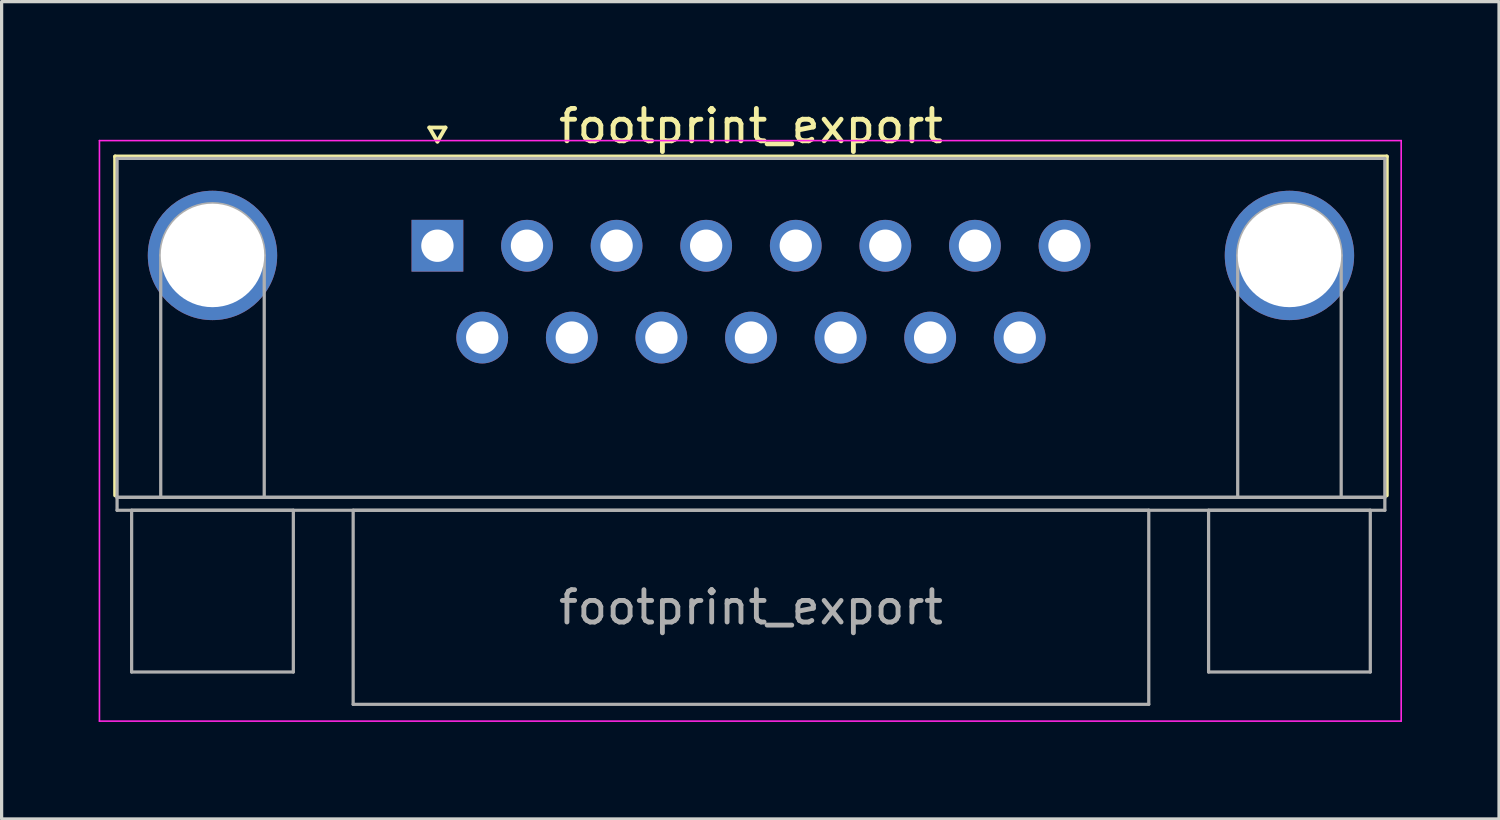
<source format=kicad_pcb>
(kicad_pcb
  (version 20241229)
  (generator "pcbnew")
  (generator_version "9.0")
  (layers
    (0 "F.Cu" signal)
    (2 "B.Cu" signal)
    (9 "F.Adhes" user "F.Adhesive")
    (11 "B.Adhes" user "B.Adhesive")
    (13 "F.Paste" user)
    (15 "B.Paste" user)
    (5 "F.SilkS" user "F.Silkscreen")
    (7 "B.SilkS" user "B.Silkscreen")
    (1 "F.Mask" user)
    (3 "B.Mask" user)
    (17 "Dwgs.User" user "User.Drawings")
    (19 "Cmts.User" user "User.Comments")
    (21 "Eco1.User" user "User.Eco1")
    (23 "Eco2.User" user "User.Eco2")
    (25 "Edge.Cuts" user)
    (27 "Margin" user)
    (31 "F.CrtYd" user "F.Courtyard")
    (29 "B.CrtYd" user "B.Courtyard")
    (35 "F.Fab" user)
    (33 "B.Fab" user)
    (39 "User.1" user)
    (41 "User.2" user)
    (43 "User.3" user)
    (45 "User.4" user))
  (footprint "footprint_export"
    (layer "F.Cu")
    (at 10.475 4.548)
    (property "Reference" "footprint_export" (at 9.695 -3.7 0) (layer "F.SilkS") (effects (font (size 1 1) (thickness 0.15))))
    (attr through_hole)
    (fp_line (start -9.965 -2.76) (end 29.355 -2.76) (stroke (width 0.12) (type solid)) (layer "F.SilkS"))
    (fp_line (start -9.965 7.72) (end -9.965 -2.76) (stroke (width 0.12) (type solid)) (layer "F.SilkS"))
    (fp_line (start -0.25 -3.654) (end 0.25 -3.654) (stroke (width 0.12) (type solid)) (layer "F.SilkS"))
    (fp_line (start 0 -3.221) (end -0.25 -3.654) (stroke (width 0.12) (type solid)) (layer "F.SilkS"))
    (fp_line (start 0.25 -3.654) (end 0 -3.221) (stroke (width 0.12) (type solid)) (layer "F.SilkS"))
    (fp_line (start 29.355 -2.76) (end 29.355 7.72) (stroke (width 0.12) (type solid)) (layer "F.SilkS"))
    (fp_line (start -10.45 -3.25) (end -10.45 14.7) (stroke (width 0.05) (type solid)) (layer "F.CrtYd"))
    (fp_line (start -10.45 14.7) (end 29.8 14.7) (stroke (width 0.05) (type solid)) (layer "F.CrtYd"))
    (fp_line (start 29.8 -3.25) (end -10.45 -3.25) (stroke (width 0.05) (type solid)) (layer "F.CrtYd"))
    (fp_line (start 29.8 14.7) (end 29.8 -3.25) (stroke (width 0.05) (type solid)) (layer "F.CrtYd"))
    (fp_line (start -9.905 -2.7) (end -9.905 7.78) (stroke (width 0.1) (type solid)) (layer "F.Fab"))
    (fp_line (start -9.905 7.78) (end -9.905 8.18) (stroke (width 0.1) (type solid)) (layer "F.Fab"))
    (fp_line (start -9.905 7.78) (end 29.295 7.78) (stroke (width 0.1) (type solid)) (layer "F.Fab"))
    (fp_line (start -9.905 8.18) (end 29.295 8.18) (stroke (width 0.1) (type solid)) (layer "F.Fab"))
    (fp_line (start -9.455 8.18) (end -9.455 13.18) (stroke (width 0.1) (type solid)) (layer "F.Fab"))
    (fp_line (start -9.455 13.18) (end -4.455 13.18) (stroke (width 0.1) (type solid)) (layer "F.Fab"))
    (fp_line (start -8.555 7.78) (end -8.555 0.3) (stroke (width 0.1) (type solid)) (layer "F.Fab"))
    (fp_line (start -5.355 7.78) (end -5.355 0.3) (stroke (width 0.1) (type solid)) (layer "F.Fab"))
    (fp_line (start -4.455 8.18) (end -9.455 8.18) (stroke (width 0.1) (type solid)) (layer "F.Fab"))
    (fp_line (start -4.455 13.18) (end -4.455 8.18) (stroke (width 0.1) (type solid)) (layer "F.Fab"))
    (fp_line (start -2.605 8.18) (end -2.605 14.18) (stroke (width 0.1) (type solid)) (layer "F.Fab"))
    (fp_line (start -2.605 14.18) (end 21.995 14.18) (stroke (width 0.1) (type solid)) (layer "F.Fab"))
    (fp_line (start 21.995 8.18) (end -2.605 8.18) (stroke (width 0.1) (type solid)) (layer "F.Fab"))
    (fp_line (start 21.995 14.18) (end 21.995 8.18) (stroke (width 0.1) (type solid)) (layer "F.Fab"))
    (fp_line (start 23.845 8.18) (end 23.845 13.18) (stroke (width 0.1) (type solid)) (layer "F.Fab"))
    (fp_line (start 23.845 13.18) (end 28.845 13.18) (stroke (width 0.1) (type solid)) (layer "F.Fab"))
    (fp_line (start 24.745 7.78) (end 24.745 0.3) (stroke (width 0.1) (type solid)) (layer "F.Fab"))
    (fp_line (start 27.945 7.78) (end 27.945 0.3) (stroke (width 0.1) (type solid)) (layer "F.Fab"))
    (fp_line (start 28.845 8.18) (end 23.845 8.18) (stroke (width 0.1) (type solid)) (layer "F.Fab"))
    (fp_line (start 28.845 13.18) (end 28.845 8.18) (stroke (width 0.1) (type solid)) (layer "F.Fab"))
    (fp_line (start 29.295 -2.7) (end -9.905 -2.7) (stroke (width 0.1) (type solid)) (layer "F.Fab"))
    (fp_line (start 29.295 7.78) (end -9.905 7.78) (stroke (width 0.1) (type solid)) (layer "F.Fab"))
    (fp_line (start 29.295 7.78) (end 29.295 -2.7) (stroke (width 0.1) (type solid)) (layer "F.Fab"))
    (fp_line (start 29.295 8.18) (end 29.295 7.78) (stroke (width 0.1) (type solid)) (layer "F.Fab"))
    (fp_arc (start -8.555 0.3) (mid -6.955 -1.3) (end -5.355 0.3) (stroke (width 0.1) (type solid)) (layer "F.Fab"))
    (fp_arc (start 24.745 0.3) (mid 26.345 -1.3) (end 27.945 0.3) (stroke (width 0.1) (type solid)) (layer "F.Fab"))
    (fp_text user "${REFERENCE}" (at 9.695 11.18 0) (layer "F.Fab") (effects (font (size 1 1) (thickness 0.15))))
    (pad "0" thru_hole circle (at -6.955 0.3) (size 4 4) (drill 3.2) (layers "*.Cu" "*.Mask"))
    (pad "0" thru_hole circle (at 26.345 0.3) (size 4 4) (drill 3.2) (layers "*.Cu" "*.Mask"))
    (pad "1" thru_hole rect (at 0 0) (size 1.6 1.6) (drill 1) (layers "*.Cu" "*.Mask"))
    (pad "2" thru_hole circle (at 2.77 0) (size 1.6 1.6) (drill 1) (layers "*.Cu" "*.Mask"))
    (pad "3" thru_hole circle (at 5.54 0) (size 1.6 1.6) (drill 1) (layers "*.Cu" "*.Mask"))
    (pad "4" thru_hole circle (at 8.31 0) (size 1.6 1.6) (drill 1) (layers "*.Cu" "*.Mask"))
    (pad "5" thru_hole circle (at 11.08 0) (size 1.6 1.6) (drill 1) (layers "*.Cu" "*.Mask"))
    (pad "6" thru_hole circle (at 13.85 0) (size 1.6 1.6) (drill 1) (layers "*.Cu" "*.Mask"))
    (pad "7" thru_hole circle (at 16.62 0) (size 1.6 1.6) (drill 1) (layers "*.Cu" "*.Mask"))
    (pad "8" thru_hole circle (at 19.39 0) (size 1.6 1.6) (drill 1) (layers "*.Cu" "*.Mask"))
    (pad "9" thru_hole circle (at 1.385 2.84) (size 1.6 1.6) (drill 1) (layers "*.Cu" "*.Mask"))
    (pad "10" thru_hole circle (at 4.155 2.84) (size 1.6 1.6) (drill 1) (layers "*.Cu" "*.Mask"))
    (pad "11" thru_hole circle (at 6.925 2.84) (size 1.6 1.6) (drill 1) (layers "*.Cu" "*.Mask"))
    (pad "12" thru_hole circle (at 9.695 2.84) (size 1.6 1.6) (drill 1) (layers "*.Cu" "*.Mask"))
    (pad "13" thru_hole circle (at 12.465 2.84) (size 1.6 1.6) (drill 1) (layers "*.Cu" "*.Mask"))
    (pad "14" thru_hole circle (at 15.235 2.84) (size 1.6 1.6) (drill 1) (layers "*.Cu" "*.Mask"))
    (pad "15" thru_hole circle (at 18.005 2.84) (size 1.6 1.6) (drill 1) (layers "*.Cu" "*.Mask")))
  (gr_rect
    (start -3 -3)
    (end 43.3 22.273)
    (stroke (width 0.1) (type default))
    (fill no)
    (layer "Edge.Cuts")))
</source>
